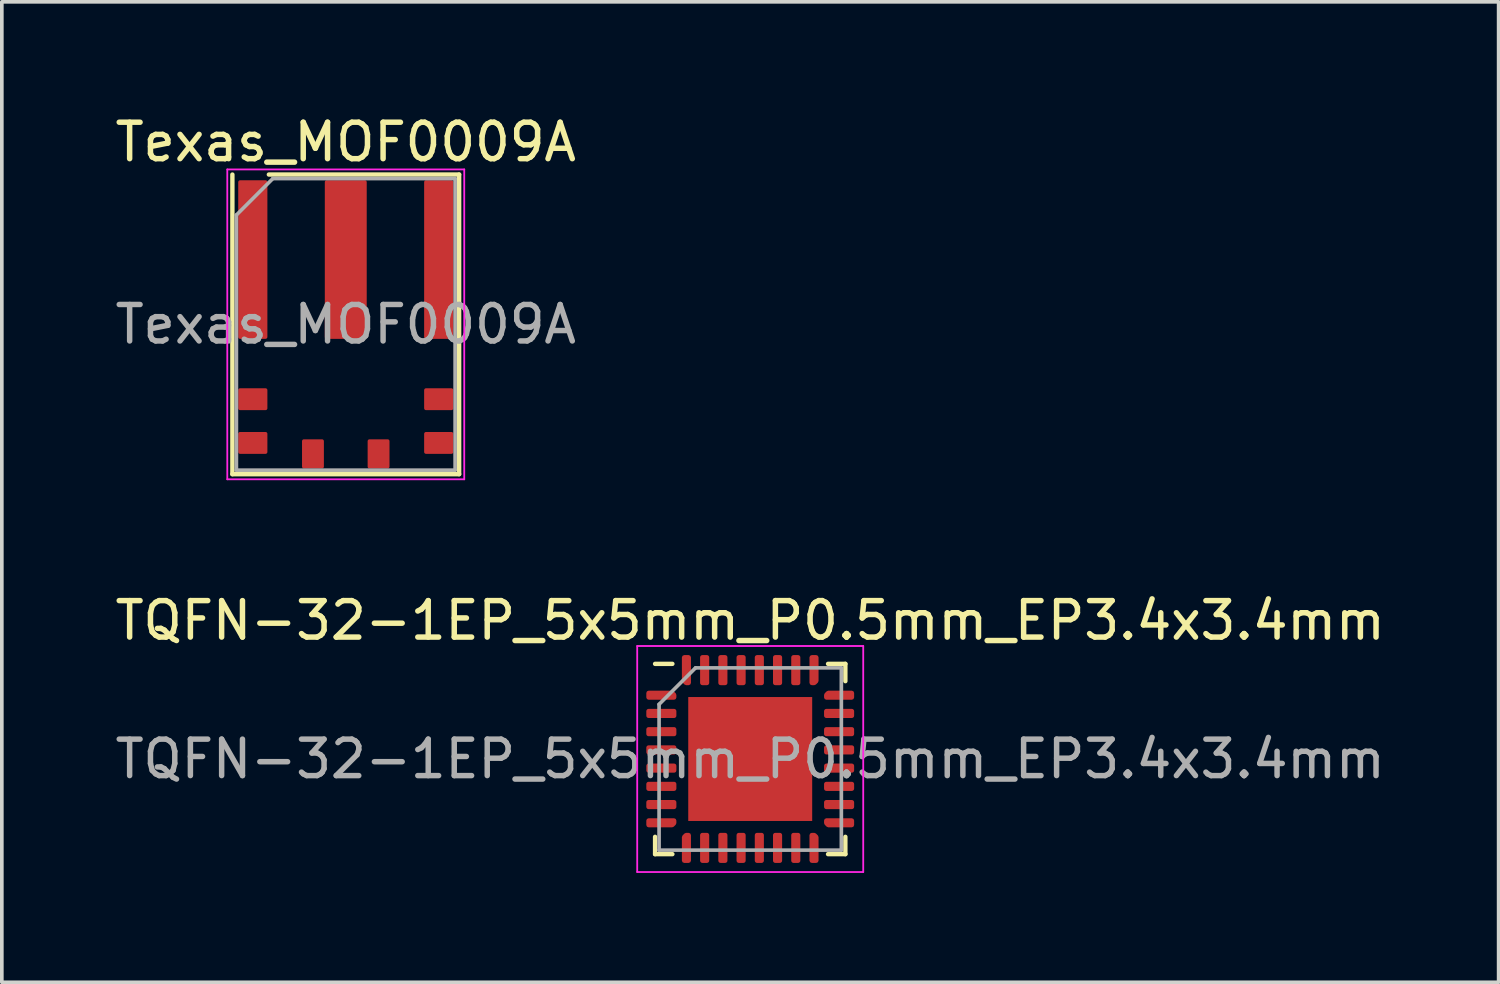
<source format=kicad_pcb>
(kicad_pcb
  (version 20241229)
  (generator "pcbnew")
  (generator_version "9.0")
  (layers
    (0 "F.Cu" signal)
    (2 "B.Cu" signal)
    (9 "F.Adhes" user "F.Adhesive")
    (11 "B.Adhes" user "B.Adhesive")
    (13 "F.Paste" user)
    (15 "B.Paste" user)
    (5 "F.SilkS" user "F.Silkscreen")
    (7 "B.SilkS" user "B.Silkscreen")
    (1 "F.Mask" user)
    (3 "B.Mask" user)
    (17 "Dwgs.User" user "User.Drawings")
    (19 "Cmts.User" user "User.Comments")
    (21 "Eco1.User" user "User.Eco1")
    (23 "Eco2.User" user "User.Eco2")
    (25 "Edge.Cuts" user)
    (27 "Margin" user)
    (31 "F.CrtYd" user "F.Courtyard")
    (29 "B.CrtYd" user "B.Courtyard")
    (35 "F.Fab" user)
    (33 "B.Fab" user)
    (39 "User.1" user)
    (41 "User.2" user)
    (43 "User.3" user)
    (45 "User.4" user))
  (footprint "Texas_MOF0009A"
    (layer "F.Cu")
    (at 6.435 5.848)
    (property "Reference" "Texas_MOF0009A" (at 0 -5 0) (layer "F.SilkS") (effects (font (size 1 1) (thickness 0.15))))
    (attr smd)
    (fp_line (start -3.11 4.11) (end -3.11 -4.11) (stroke (width 0.12) (type solid)) (layer "F.SilkS"))
    (fp_line (start -2.11 -4.11) (end 3.11 -4.11) (stroke (width 0.12) (type solid)) (layer "F.SilkS"))
    (fp_line (start 3.11 -4.11) (end 3.11 4.11) (stroke (width 0.12) (type solid)) (layer "F.SilkS"))
    (fp_line (start 3.11 4.11) (end -3.11 4.11) (stroke (width 0.12) (type solid)) (layer "F.SilkS"))
    (fp_line (start -3.25 -4.25) (end 3.25 -4.25) (stroke (width 0.05) (type solid)) (layer "F.CrtYd"))
    (fp_line (start -3.25 4.25) (end -3.25 -4.25) (stroke (width 0.05) (type solid)) (layer "F.CrtYd"))
    (fp_line (start 3.25 -4.25) (end 3.25 4.25) (stroke (width 0.05) (type solid)) (layer "F.CrtYd"))
    (fp_line (start 3.25 4.25) (end -3.25 4.25) (stroke (width 0.05) (type solid)) (layer "F.CrtYd"))
    (fp_line (start -3 4) (end -3 -3) (stroke (width 0.1) (type solid)) (layer "F.Fab"))
    (fp_line (start -2 -4) (end -3 -3) (stroke (width 0.1) (type solid)) (layer "F.Fab"))
    (fp_line (start -2 -4) (end 3 -4) (stroke (width 0.1) (type solid)) (layer "F.Fab"))
    (fp_line (start 3 -4) (end 3 4) (stroke (width 0.1) (type solid)) (layer "F.Fab"))
    (fp_line (start 3 4) (end -3 4) (stroke (width 0.1) (type solid)) (layer "F.Fab"))
    (fp_text user "${REFERENCE}" (at 0 0 0) (layer "F.Fab") (effects (font (size 1 1) (thickness 0.15))))
    (pad "" smd roundrect (at -2.55 -3.558) (size 0.7 0.59) (layers "F.Paste") (roundrect_rratio 0.085))
    (pad "" smd roundrect (at -2.55 -2.667) (size 0.7 0.59) (layers "F.Paste") (roundrect_rratio 0.085))
    (pad "" smd roundrect (at -2.55 -1.778) (size 0.7 0.59) (layers "F.Paste") (roundrect_rratio 0.085))
    (pad "" smd roundrect (at -2.55 -0.887) (size 0.7 0.59) (layers "F.Paste") (roundrect_rratio 0.085))
    (pad "" smd roundrect (at -2.55 0.003) (size 0.7 0.59) (layers "F.Paste") (roundrect_rratio 0.085))
    (pad "" smd roundrect (at 0 -3.558) (size 1.05 0.59) (layers "F.Paste") (roundrect_rratio 0.085))
    (pad "" smd roundrect (at 0 -2.667) (size 1.05 0.59) (layers "F.Paste") (roundrect_rratio 0.085))
    (pad "" smd roundrect (at 0 -1.778) (size 1.05 0.59) (layers "F.Paste") (roundrect_rratio 0.085))
    (pad "" smd roundrect (at 0 -0.887) (size 1.05 0.59) (layers "F.Paste") (roundrect_rratio 0.085))
    (pad "" smd roundrect (at 0 0.003) (size 1.05 0.59) (layers "F.Paste") (roundrect_rratio 0.085))
    (pad "" smd roundrect (at 2.55 -3.558) (size 0.7 0.59) (layers "F.Paste") (roundrect_rratio 0.085))
    (pad "" smd roundrect (at 2.55 -2.667) (size 0.7 0.59) (layers "F.Paste") (roundrect_rratio 0.085))
    (pad "" smd roundrect (at 2.55 -1.778) (size 0.7 0.59) (layers "F.Paste") (roundrect_rratio 0.085))
    (pad "" smd roundrect (at 2.55 -0.887) (size 0.7 0.59) (layers "F.Paste") (roundrect_rratio 0.085))
    (pad "" smd roundrect (at 2.55 0.003) (size 0.7 0.59) (layers "F.Paste") (roundrect_rratio 0.085))
    (pad "1" smd roundrect (at -2.55 -1.778) (size 0.8 4.35) (layers "F.Cu" "F.Mask") (roundrect_rratio 0.063))
    (pad "2" smd roundrect (at -2.55 2.053) (size 0.8 0.6) (layers "F.Cu" "F.Mask" "F.Paste") (roundrect_rratio 0.084))
    (pad "3" smd roundrect (at -2.55 3.252) (size 0.8 0.6) (layers "F.Cu" "F.Mask" "F.Paste") (roundrect_rratio 0.084))
    (pad "4" smd roundrect (at -0.9 3.553) (size 0.6 0.8) (layers "F.Cu" "F.Mask" "F.Paste") (roundrect_rratio 0.084))
    (pad "5" smd roundrect (at 0.9 3.553) (size 0.6 0.8) (layers "F.Cu" "F.Mask" "F.Paste") (roundrect_rratio 0.084))
    (pad "6" smd roundrect (at 2.55 3.252) (size 0.8 0.6) (layers "F.Cu" "F.Mask" "F.Paste") (roundrect_rratio 0.084))
    (pad "7" smd roundrect (at 2.55 2.053) (size 0.8 0.6) (layers "F.Cu" "F.Mask" "F.Paste") (roundrect_rratio 0.084))
    (pad "8" smd roundrect (at 2.55 -1.778) (size 0.8 4.35) (layers "F.Cu" "F.Mask") (roundrect_rratio 0.063))
    (pad "9" smd roundrect (at 0 -1.778) (size 1.15 4.35) (layers "F.Cu" "F.Mask") (roundrect_rratio 0.044)))
  (footprint "TQFN-32-1EP_5x5mm_P0.5mm_EP3.4x3.4mm"
    (layer "F.Cu")
    (at 17.53 17.771)
    (property "Reference" "TQFN-32-1EP_5x5mm_P0.5mm_EP3.4x3.4mm" (at 0 -3.8 0) (layer "F.SilkS") (effects (font (size 1 1) (thickness 0.15))))
    (attr smd)
    (fp_line (start -2.61 2.61) (end -2.61 2.135) (stroke (width 0.12) (type solid)) (layer "F.SilkS"))
    (fp_line (start -2.135 -2.61) (end -2.61 -2.61) (stroke (width 0.12) (type solid)) (layer "F.SilkS"))
    (fp_line (start -2.135 2.61) (end -2.61 2.61) (stroke (width 0.12) (type solid)) (layer "F.SilkS"))
    (fp_line (start 2.135 -2.61) (end 2.61 -2.61) (stroke (width 0.12) (type solid)) (layer "F.SilkS"))
    (fp_line (start 2.135 2.61) (end 2.61 2.61) (stroke (width 0.12) (type solid)) (layer "F.SilkS"))
    (fp_line (start 2.61 -2.61) (end 2.61 -2.135) (stroke (width 0.12) (type solid)) (layer "F.SilkS"))
    (fp_line (start 2.61 2.61) (end 2.61 2.135) (stroke (width 0.12) (type solid)) (layer "F.SilkS"))
    (fp_line (start -3.1 -3.1) (end -3.1 3.1) (stroke (width 0.05) (type solid)) (layer "F.CrtYd"))
    (fp_line (start -3.1 3.1) (end 3.1 3.1) (stroke (width 0.05) (type solid)) (layer "F.CrtYd"))
    (fp_line (start 3.1 -3.1) (end -3.1 -3.1) (stroke (width 0.05) (type solid)) (layer "F.CrtYd"))
    (fp_line (start 3.1 3.1) (end 3.1 -3.1) (stroke (width 0.05) (type solid)) (layer "F.CrtYd"))
    (fp_line (start -2.5 -1.5) (end -1.5 -2.5) (stroke (width 0.1) (type solid)) (layer "F.Fab"))
    (fp_line (start -2.5 2.5) (end -2.5 -1.5) (stroke (width 0.1) (type solid)) (layer "F.Fab"))
    (fp_line (start -1.5 -2.5) (end 2.5 -2.5) (stroke (width 0.1) (type solid)) (layer "F.Fab"))
    (fp_line (start 2.5 -2.5) (end 2.5 2.5) (stroke (width 0.1) (type solid)) (layer "F.Fab"))
    (fp_line (start 2.5 2.5) (end -2.5 2.5) (stroke (width 0.1) (type solid)) (layer "F.Fab"))
    (fp_text user "${REFERENCE}" (at 0 0 0) (layer "F.Fab") (effects (font (size 1 1) (thickness 0.15))))
    (pad "" smd roundrect (at -0.85 -0.85) (size 1.37 1.37) (layers "F.Paste") (roundrect_rratio 0.182))
    (pad "" smd roundrect (at -0.85 0.85) (size 1.37 1.37) (layers "F.Paste") (roundrect_rratio 0.182))
    (pad "" smd roundrect (at 0.85 -0.85) (size 1.37 1.37) (layers "F.Paste") (roundrect_rratio 0.182))
    (pad "" smd roundrect (at 0.85 0.85) (size 1.37 1.37) (layers "F.Paste") (roundrect_rratio 0.182))
    (pad "1" smd custom (at -2.438 -1.75) (size 0.186 0.186) (layers "F.Cu" "F.Mask" "F.Paste") (options (anchor circle)) (primitives (gr_poly (pts (xy 0.35 -0.009) (xy 0.35 0.062) (xy -0.35 0.062) (xy -0.35 -0.062) (xy 0.297 -0.062)) (width 0.125) (fill yes))))
    (pad "2" smd roundrect (at -2.438 -1.25) (size 0.825 0.25) (layers "F.Cu" "F.Mask" "F.Paste") (roundrect_rratio 0.25))
    (pad "3" smd roundrect (at -2.438 -0.75) (size 0.825 0.25) (layers "F.Cu" "F.Mask" "F.Paste") (roundrect_rratio 0.25))
    (pad "4" smd roundrect (at -2.438 -0.25) (size 0.825 0.25) (layers "F.Cu" "F.Mask" "F.Paste") (roundrect_rratio 0.25))
    (pad "5" smd roundrect (at -2.438 0.25) (size 0.825 0.25) (layers "F.Cu" "F.Mask" "F.Paste") (roundrect_rratio 0.25))
    (pad "6" smd roundrect (at -2.438 0.75) (size 0.825 0.25) (layers "F.Cu" "F.Mask" "F.Paste") (roundrect_rratio 0.25))
    (pad "7" smd roundrect (at -2.438 1.25) (size 0.825 0.25) (layers "F.Cu" "F.Mask" "F.Paste") (roundrect_rratio 0.25))
    (pad "8" smd custom (at -2.438 1.75) (size 0.186 0.186) (layers "F.Cu" "F.Mask" "F.Paste") (options (anchor circle)) (primitives (gr_poly (pts (xy 0.35 0.009) (xy 0.297 0.062) (xy -0.35 0.062) (xy -0.35 -0.062) (xy 0.35 -0.062)) (width 0.125) (fill yes))))
    (pad "9" smd custom (at -1.75 2.438) (size 0.186 0.186) (layers "F.Cu" "F.Mask" "F.Paste") (options (anchor circle)) (primitives (gr_poly (pts (xy 0.062 0.35) (xy -0.062 0.35) (xy -0.062 -0.297) (xy -0.009 -0.35) (xy 0.062 -0.35)) (width 0.125) (fill yes))))
    (pad "10" smd roundrect (at -1.25 2.438) (size 0.25 0.825) (layers "F.Cu" "F.Mask" "F.Paste") (roundrect_rratio 0.25))
    (pad "11" smd roundrect (at -0.75 2.438) (size 0.25 0.825) (layers "F.Cu" "F.Mask" "F.Paste") (roundrect_rratio 0.25))
    (pad "12" smd roundrect (at -0.25 2.438) (size 0.25 0.825) (layers "F.Cu" "F.Mask" "F.Paste") (roundrect_rratio 0.25))
    (pad "13" smd roundrect (at 0.25 2.438) (size 0.25 0.825) (layers "F.Cu" "F.Mask" "F.Paste") (roundrect_rratio 0.25))
    (pad "14" smd roundrect (at 0.75 2.438) (size 0.25 0.825) (layers "F.Cu" "F.Mask" "F.Paste") (roundrect_rratio 0.25))
    (pad "15" smd roundrect (at 1.25 2.438) (size 0.25 0.825) (layers "F.Cu" "F.Mask" "F.Paste") (roundrect_rratio 0.25))
    (pad "16" smd custom (at 1.75 2.438) (size 0.186 0.186) (layers "F.Cu" "F.Mask" "F.Paste") (options (anchor circle)) (primitives (gr_poly (pts (xy 0.062 -0.297) (xy 0.062 0.35) (xy -0.062 0.35) (xy -0.062 -0.35) (xy 0.009 -0.35)) (width 0.125) (fill yes))))
    (pad "17" smd custom (at 2.438 1.75) (size 0.186 0.186) (layers "F.Cu" "F.Mask" "F.Paste") (options (anchor circle)) (primitives (gr_poly (pts (xy 0.35 0.062) (xy -0.297 0.062) (xy -0.35 0.009) (xy -0.35 -0.062) (xy 0.35 -0.062)) (width 0.125) (fill yes))))
    (pad "18" smd roundrect (at 2.438 1.25) (size 0.825 0.25) (layers "F.Cu" "F.Mask" "F.Paste") (roundrect_rratio 0.25))
    (pad "19" smd roundrect (at 2.438 0.75) (size 0.825 0.25) (layers "F.Cu" "F.Mask" "F.Paste") (roundrect_rratio 0.25))
    (pad "20" smd roundrect (at 2.438 0.25) (size 0.825 0.25) (layers "F.Cu" "F.Mask" "F.Paste") (roundrect_rratio 0.25))
    (pad "21" smd roundrect (at 2.438 -0.25) (size 0.825 0.25) (layers "F.Cu" "F.Mask" "F.Paste") (roundrect_rratio 0.25))
    (pad "22" smd roundrect (at 2.438 -0.75) (size 0.825 0.25) (layers "F.Cu" "F.Mask" "F.Paste") (roundrect_rratio 0.25))
    (pad "23" smd roundrect (at 2.438 -1.25) (size 0.825 0.25) (layers "F.Cu" "F.Mask" "F.Paste") (roundrect_rratio 0.25))
    (pad "24" smd custom (at 2.438 -1.75) (size 0.186 0.186) (layers "F.Cu" "F.Mask" "F.Paste") (options (anchor circle)) (primitives (gr_poly (pts (xy 0.35 0.062) (xy -0.35 0.062) (xy -0.35 -0.009) (xy -0.297 -0.062) (xy 0.35 -0.062)) (width 0.125) (fill yes))))
    (pad "25" smd custom (at 1.75 -2.438) (size 0.186 0.186) (layers "F.Cu" "F.Mask" "F.Paste") (options (anchor circle)) (primitives (gr_poly (pts (xy 0.062 0.297) (xy 0.009 0.35) (xy -0.062 0.35) (xy -0.062 -0.35) (xy 0.062 -0.35)) (width 0.125) (fill yes))))
    (pad "26" smd roundrect (at 1.25 -2.438) (size 0.25 0.825) (layers "F.Cu" "F.Mask" "F.Paste") (roundrect_rratio 0.25))
    (pad "27" smd roundrect (at 0.75 -2.438) (size 0.25 0.825) (layers "F.Cu" "F.Mask" "F.Paste") (roundrect_rratio 0.25))
    (pad "28" smd roundrect (at 0.25 -2.438) (size 0.25 0.825) (layers "F.Cu" "F.Mask" "F.Paste") (roundrect_rratio 0.25))
    (pad "29" smd roundrect (at -0.25 -2.438) (size 0.25 0.825) (layers "F.Cu" "F.Mask" "F.Paste") (roundrect_rratio 0.25))
    (pad "30" smd roundrect (at -0.75 -2.438) (size 0.25 0.825) (layers "F.Cu" "F.Mask" "F.Paste") (roundrect_rratio 0.25))
    (pad "31" smd roundrect (at -1.25 -2.438) (size 0.25 0.825) (layers "F.Cu" "F.Mask" "F.Paste") (roundrect_rratio 0.25))
    (pad "32" smd custom (at -1.75 -2.438) (size 0.186 0.186) (layers "F.Cu" "F.Mask" "F.Paste") (options (anchor circle)) (primitives (gr_poly (pts (xy 0.062 0.35) (xy -0.009 0.35) (xy -0.062 0.297) (xy -0.062 -0.35) (xy 0.062 -0.35)) (width 0.125) (fill yes))))
    (pad "33" smd rect (at 0 0) (size 3.4 3.4) (layers "F.Cu" "F.Mask")))
  (gr_rect
    (start -3 -3)
    (end 38.06 23.896)
    (stroke (width 0.1) (type default))
    (fill no)
    (layer "Edge.Cuts")))
</source>
